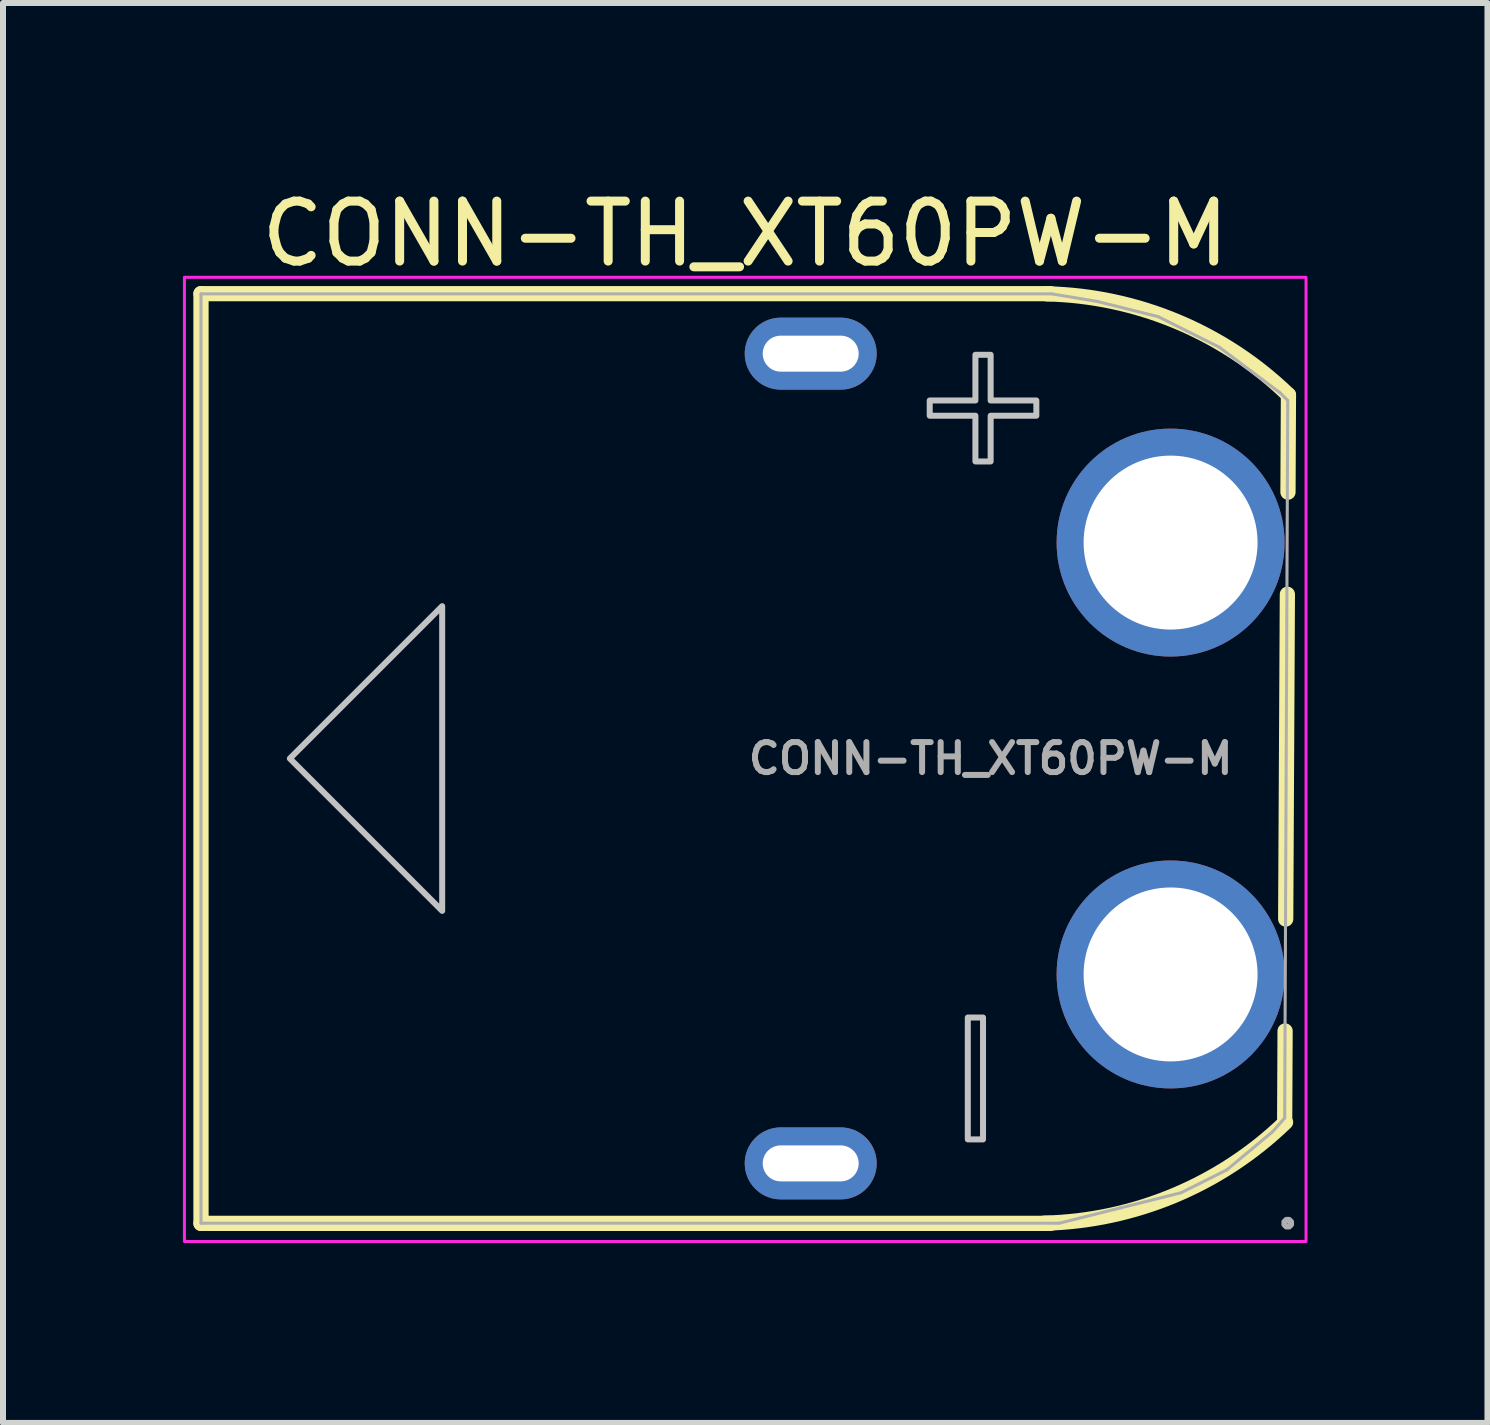
<source format=kicad_pcb>
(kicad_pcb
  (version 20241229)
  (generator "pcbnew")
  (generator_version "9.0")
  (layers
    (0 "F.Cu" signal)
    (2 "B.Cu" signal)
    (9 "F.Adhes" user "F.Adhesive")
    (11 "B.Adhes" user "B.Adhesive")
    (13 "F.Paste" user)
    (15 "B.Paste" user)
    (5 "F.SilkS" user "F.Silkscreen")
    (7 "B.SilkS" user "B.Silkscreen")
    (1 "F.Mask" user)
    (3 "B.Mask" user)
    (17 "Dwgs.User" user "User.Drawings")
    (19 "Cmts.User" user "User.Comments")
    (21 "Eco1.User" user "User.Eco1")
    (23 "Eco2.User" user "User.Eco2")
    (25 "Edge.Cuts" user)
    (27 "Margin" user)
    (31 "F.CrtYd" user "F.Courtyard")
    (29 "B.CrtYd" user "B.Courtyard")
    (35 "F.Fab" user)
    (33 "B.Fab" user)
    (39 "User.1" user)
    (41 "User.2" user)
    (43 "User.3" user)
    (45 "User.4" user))
  (footprint "CONN-TH_XT60PW-M"
    (layer "F.Cu")
    (at 13.466 9.596)
    (property "Reference" "CONN-TH_XT60PW-M" (at -4.091 -8.748 0) (layer "F.SilkS") (effects (font (size 1 1) (thickness 0.15))))
    (fp_line (start -13.165 -7.75) (end 1 -7.75) (stroke (width 0.254) (type default)) (layer "F.SilkS"))
    (fp_line (start -13.165 7.75) (end -13.165 -7.75) (stroke (width 0.254) (type default)) (layer "F.SilkS"))
    (fp_line (start -13.165 7.75) (end 1 7.75) (stroke (width 0.254) (type default)) (layer "F.SilkS"))
    (fp_line (start 4.909 4.543) (end 4.902 5.994) (stroke (width 0.254) (type default)) (layer "F.SilkS"))
    (fp_line (start 4.947 -2.738) (end 4.919 2.676) (stroke (width 0.254) (type default)) (layer "F.SilkS"))
    (fp_line (start 4.965 -6.062) (end 4.957 -4.441) (stroke (width 0.254) (type default)) (layer "F.SilkS"))
    (fp_arc (start 0.937 -7.747) (mid 3.10968 -7.283848) (end 4.965 -6.062) (stroke (width 0.254) (type default)) (layer "F.SilkS"))
    (fp_arc (start 4.917 6.062) (mid 3.061742 7.284029) (end 0.889 7.747) (stroke (width 0.254) (type default)) (layer "F.SilkS"))
    (fp_poly (pts (xy -9.144 -2.54) (xy -9.144 2.54) (xy -11.684 0)) (stroke (width 0.1) (type default)) (fill no) (layer "Dwgs.User"))
    (fp_poly (pts (xy -0.381 4.318) (xy -0.127 4.318) (xy -0.127 6.35) (xy -0.381 6.35)) (stroke (width 0.1) (type default)) (fill no) (layer "Dwgs.User"))
    (fp_poly (pts (xy -0.254 -6.731) (xy 0 -6.731) (xy 0 -5.969) (xy 0.762 -5.969) (xy 0.762 -5.715) (xy 0 -5.715) (xy 0 -4.953) (xy -0.254 -4.953) (xy -0.254 -5.715) (xy -1.016 -5.715) (xy -1.016 -5.969) (xy -0.254 -5.969)) (stroke (width 0.1) (type default)) (fill no) (layer "Dwgs.User"))
    (fp_rect (start -13.441 -8.023) (end 5.258 8.052) (stroke (width 0.05) (type default)) (fill no) (layer "F.CrtYd"))
    (fp_line (start -13.165 -7.747) (end 1.016 -7.747) (stroke (width 0.051) (type default)) (layer "F.Fab"))
    (fp_line (start -13.165 7.747) (end -13.165 -7.747) (stroke (width 0.051) (type default)) (layer "F.Fab"))
    (fp_line (start 1.016 -7.747) (end 1.778 -7.62) (stroke (width 0.051) (type default)) (layer "F.Fab"))
    (fp_line (start 1.143 7.747) (end -13.165 7.747) (stroke (width 0.051) (type default)) (layer "F.Fab"))
    (fp_line (start 1.778 -7.62) (end 2.794 -7.366) (stroke (width 0.051) (type default)) (layer "F.Fab"))
    (fp_line (start 2.159 7.493) (end 1.143 7.747) (stroke (width 0.051) (type default)) (layer "F.Fab"))
    (fp_line (start 2.794 -7.366) (end 3.81 -6.858) (stroke (width 0.051) (type default)) (layer "F.Fab"))
    (fp_line (start 3.175 7.239) (end 2.159 7.493) (stroke (width 0.051) (type default)) (layer "F.Fab"))
    (fp_line (start 3.81 -6.858) (end 4.826 -6.096) (stroke (width 0.051) (type default)) (layer "F.Fab"))
    (fp_line (start 3.937 6.858) (end 3.175 7.239) (stroke (width 0.051) (type default)) (layer "F.Fab"))
    (fp_line (start 4.699 6.223) (end 3.937 6.858) (stroke (width 0.051) (type default)) (layer "F.Fab"))
    (fp_line (start 4.826 -6.096) (end 4.953 -5.969) (stroke (width 0.051) (type default)) (layer "F.Fab"))
    (fp_line (start 4.902 5.994) (end 4.699 6.223) (stroke (width 0.051) (type default)) (layer "F.Fab"))
    (fp_line (start 4.953 -5.969) (end 4.902 5.994) (stroke (width 0.051) (type default)) (layer "F.Fab"))
    (fp_poly (pts (xy 5.008 7.724) (xy 4.976 7.692) (xy 4.93 7.692) (xy 4.898 7.724) (xy 4.898 7.77) (xy 4.93 7.802) (xy 4.976 7.802) (xy 5.008 7.77)) (stroke (width 0.1) (type default)) (fill no) (layer "F.Fab"))
    (fp_poly (pts (xy -2.4 -6.95) (xy -2.4 -6.55) (xy -3.6 -6.55) (xy -3.6 -6.95)) (stroke (width 0.1) (type default)) (fill no) (layer "User.1"))
    (fp_poly (pts (xy -2.4 6.55) (xy -2.4 6.95) (xy -3.6 6.95) (xy -3.6 6.55)) (stroke (width 0.1) (type default)) (fill no) (layer "User.1"))
    (fp_poly (pts (xy 3.995 -3.698) (xy 3.957 -3.89) (xy 3.882 -4.071) (xy 3.773 -4.234) (xy 3.634 -4.373) (xy 3.471 -4.482) (xy 3.29 -4.557) (xy 3.098 -4.595) (xy 2.902 -4.595) (xy 2.71 -4.557) (xy 2.529 -4.482) (xy 2.366 -4.373) (xy 2.227 -4.234) (xy 2.118 -4.071) (xy 2.043 -3.89) (xy 2.005 -3.698) (xy 2.005 -3.502) (xy 2.043 -3.31) (xy 2.118 -3.129) (xy 2.227 -2.966) (xy 2.366 -2.827) (xy 2.529 -2.718) (xy 2.71 -2.643) (xy 2.902 -2.605) (xy 3.098 -2.605) (xy 3.29 -2.643) (xy 3.471 -2.718) (xy 3.634 -2.827) (xy 3.773 -2.966) (xy 3.882 -3.129) (xy 3.957 -3.31) (xy 3.995 -3.502)) (stroke (width 0.1) (type default)) (fill no) (layer "User.1"))
    (fp_poly (pts (xy 3.995 3.502) (xy 3.957 3.31) (xy 3.882 3.129) (xy 3.773 2.966) (xy 3.634 2.827) (xy 3.471 2.718) (xy 3.29 2.643) (xy 3.098 2.605) (xy 2.902 2.605) (xy 2.71 2.643) (xy 2.529 2.718) (xy 2.366 2.827) (xy 2.227 2.966) (xy 2.118 3.129) (xy 2.043 3.31) (xy 2.005 3.502) (xy 2.005 3.698) (xy 2.043 3.89) (xy 2.118 4.071) (xy 2.227 4.234) (xy 2.366 4.373) (xy 2.529 4.482) (xy 2.71 4.557) (xy 2.902 4.595) (xy 3.098 4.595) (xy 3.29 4.557) (xy 3.471 4.482) (xy 3.634 4.373) (xy 3.773 4.234) (xy 3.882 4.071) (xy 3.957 3.89) (xy 3.995 3.698)) (stroke (width 0.1) (type default)) (fill no) (layer "User.1"))
    (fp_text user "${REFERENCE}" (at 0 0 0) (layer "F.Fab") (effects (font (size 0.5 0.5) (thickness 0.1))))
    (pad "1" thru_hole circle (at 3 3.6 90) (size 3.8 3.8) (drill 2.9) (layers "*.Cu" "*.Mask"))
    (pad "2" thru_hole circle (at 3 -3.6 90) (size 3.8 3.8) (drill 2.9) (layers "*.Cu" "*.Mask"))
    (pad "3" thru_hole oval (at -3 -6.75 90) (size 1.2 2.2) (drill oval 0.6 1.6) (layers "*.Cu" "*.Mask"))
    (pad "4" thru_hole oval (at -3 6.75 90) (size 1.2 2.2) (drill oval 0.6 1.6) (layers "*.Cu" "*.Mask")))
  (gr_rect
    (start -3 -3)
    (end 21.749 20.673)
    (stroke (width 0.1) (type default))
    (fill no)
    (layer "Edge.Cuts")))
</source>
